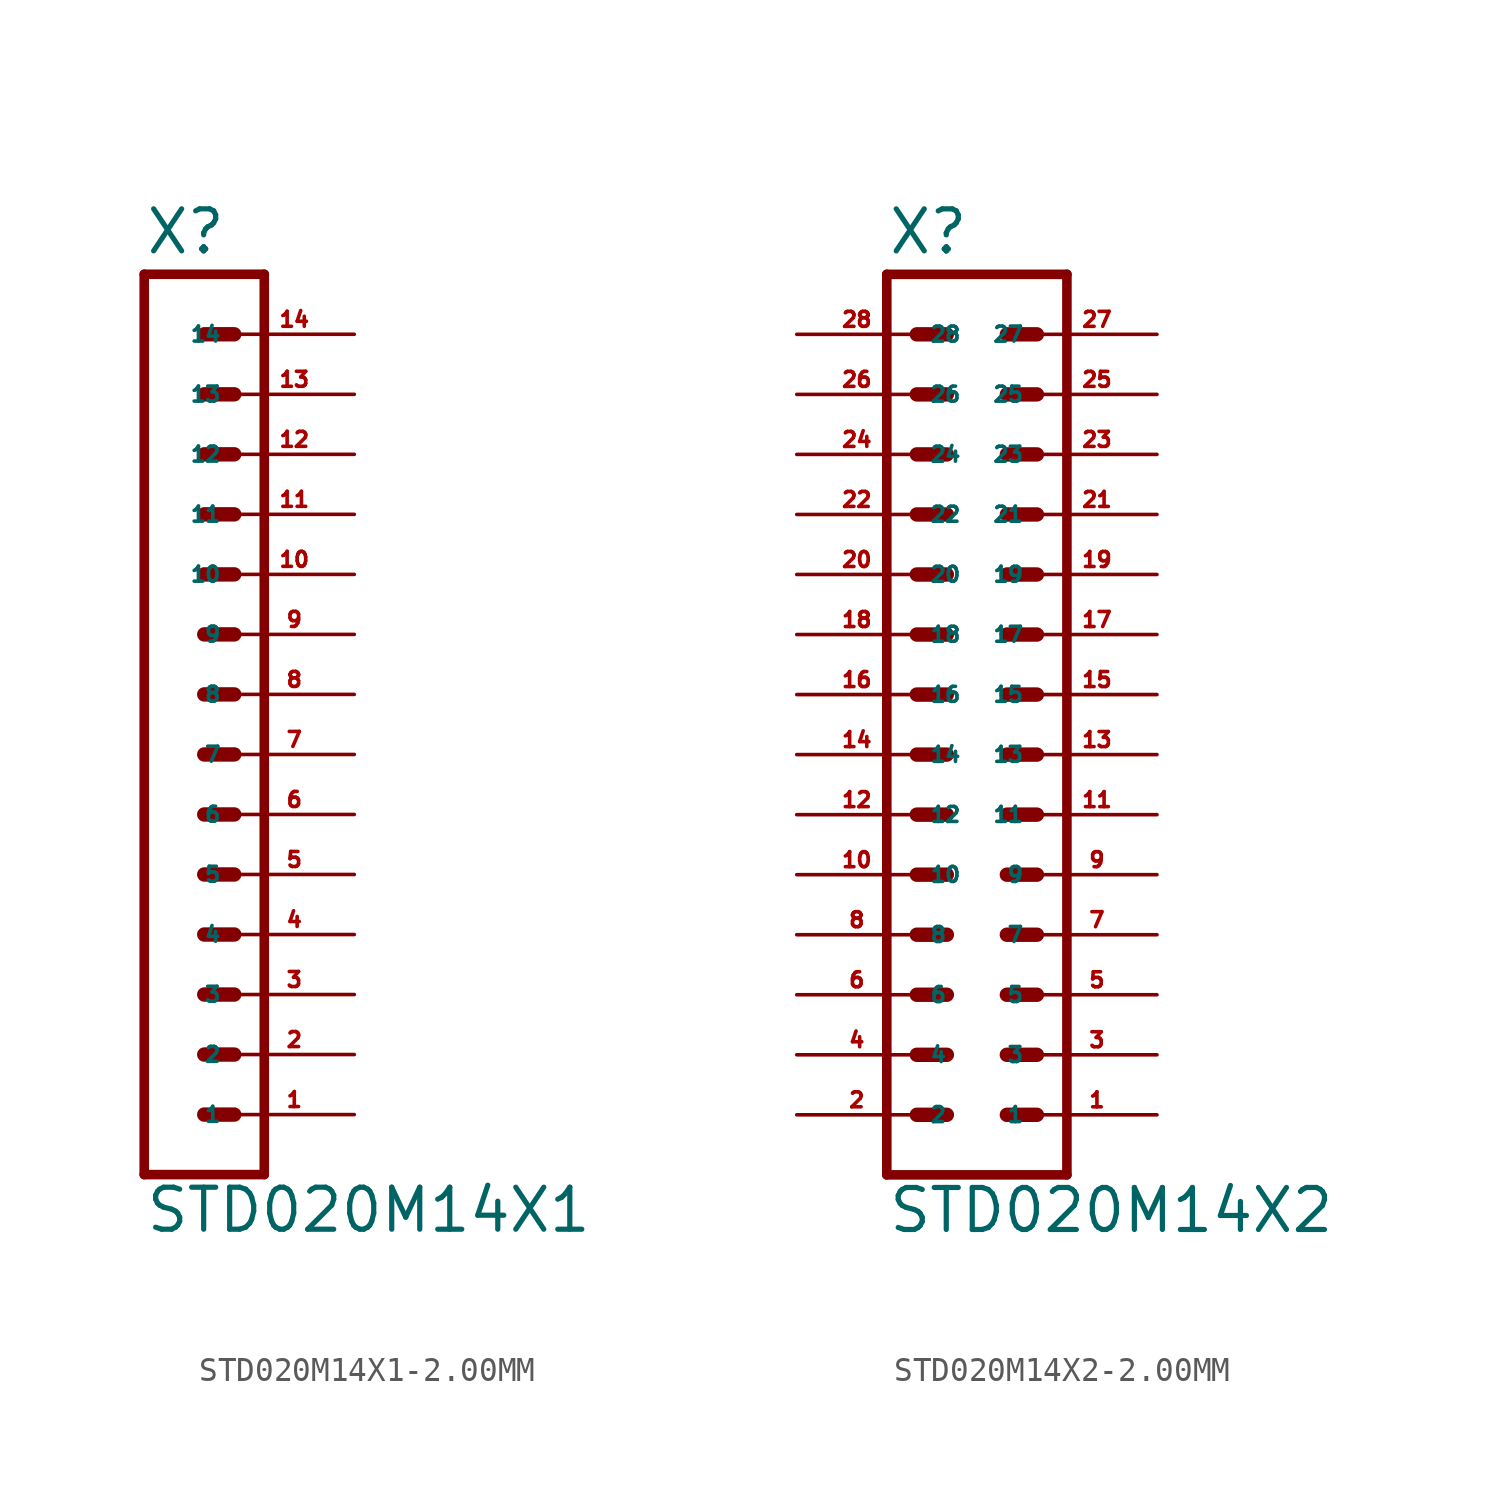
<source format=kicad_sym>
(kicad_symbol_lib
  (version 20220914)
  (generator Eagle2Kicad)
  (symbol "STD020M14X1-2.00MM"
    (property "Reference" "X"
      (at -1.27 23.622 0)
      (effects (font (size 1.778 1.778) (thickness 0.22)) (justify left bottom)))
    (property "Value" "STD020M14X1"
      (at -1.27 -17.78 0)
      (effects (font (size 1.778 1.778) (thickness 0.22)) (justify left bottom)))
    (polyline
      (pts (xy 3.81 -15.24) (xy -1.27 -15.24))
      (stroke (width 0.406) (type default))
      (fill (type none)))
    (polyline
      (pts (xy 1.27 -7.62) (xy 2.54 -7.62))
      (stroke (width 0.61) (type default))
      (fill (type none)))
    (polyline
      (pts (xy 1.27 -10.16) (xy 2.54 -10.16))
      (stroke (width 0.61) (type default))
      (fill (type none)))
    (polyline
      (pts (xy 1.27 -12.7) (xy 2.54 -12.7))
      (stroke (width 0.61) (type default))
      (fill (type none)))
    (polyline
      (pts (xy 1.27 -2.54) (xy 2.54 -2.54))
      (stroke (width 0.61) (type default))
      (fill (type none)))
    (polyline
      (pts (xy 1.27 -5.08) (xy 2.54 -5.08))
      (stroke (width 0.61) (type default))
      (fill (type none)))
    (polyline
      (pts (xy 1.27 5.08) (xy 2.54 5.08))
      (stroke (width 0.61) (type default))
      (fill (type none)))
    (polyline
      (pts (xy 1.27 2.54) (xy 2.54 2.54))
      (stroke (width 0.61) (type default))
      (fill (type none)))
    (polyline
      (pts (xy 1.27 0) (xy 2.54 0))
      (stroke (width 0.61) (type default))
      (fill (type none)))
    (polyline
      (pts (xy 1.27 10.16) (xy 2.54 10.16))
      (stroke (width 0.61) (type default))
      (fill (type none)))
    (polyline
      (pts (xy 1.27 7.62) (xy 2.54 7.62))
      (stroke (width 0.61) (type default))
      (fill (type none)))
    (polyline
      (pts (xy 1.27 15.24) (xy 2.54 15.24))
      (stroke (width 0.61) (type default))
      (fill (type none)))
    (polyline
      (pts (xy 1.27 12.7) (xy 2.54 12.7))
      (stroke (width 0.61) (type default))
      (fill (type none)))
    (polyline
      (pts (xy -1.27 22.86) (xy -1.27 -15.24))
      (stroke (width 0.406) (type default))
      (fill (type none)))
    (polyline
      (pts (xy 3.81 -15.24) (xy 3.81 22.86))
      (stroke (width 0.406) (type default))
      (fill (type none)))
    (polyline
      (pts (xy -1.27 22.86) (xy 3.81 22.86))
      (stroke (width 0.406) (type default))
      (fill (type none)))
    (polyline
      (pts (xy 1.27 17.78) (xy 2.54 17.78))
      (stroke (width 0.61) (type default))
      (fill (type none)))
    (polyline
      (pts (xy 1.27 20.32) (xy 2.54 20.32))
      (stroke (width 0.61) (type default))
      (fill (type none)))
    (pin passive line
      (at 7.62 -12.7 180)
      (length 5.08)
      (name "1" (effects (font (size 0.635 0.635) (thickness 0.08)) (justify left bottom)))
      (number "1" (effects (font (size 0.635 0.635) (thickness 0.08)) (justify left bottom))))
    (pin passive line
      (at 7.62 -10.16 180)
      (length 5.08)
      (name "2" (effects (font (size 0.635 0.635) (thickness 0.08)) (justify left bottom)))
      (number "2" (effects (font (size 0.635 0.635) (thickness 0.08)) (justify left bottom))))
    (pin passive line
      (at 7.62 -7.62 180)
      (length 5.08)
      (name "3" (effects (font (size 0.635 0.635) (thickness 0.08)) (justify left bottom)))
      (number "3" (effects (font (size 0.635 0.635) (thickness 0.08)) (justify left bottom))))
    (pin passive line
      (at 7.62 -5.08 180)
      (length 5.08)
      (name "4" (effects (font (size 0.635 0.635) (thickness 0.08)) (justify left bottom)))
      (number "4" (effects (font (size 0.635 0.635) (thickness 0.08)) (justify left bottom))))
    (pin passive line
      (at 7.62 -2.54 180)
      (length 5.08)
      (name "5" (effects (font (size 0.635 0.635) (thickness 0.08)) (justify left bottom)))
      (number "5" (effects (font (size 0.635 0.635) (thickness 0.08)) (justify left bottom))))
    (pin passive line
      (at 7.62 0 180)
      (length 5.08)
      (name "6" (effects (font (size 0.635 0.635) (thickness 0.08)) (justify left bottom)))
      (number "6" (effects (font (size 0.635 0.635) (thickness 0.08)) (justify left bottom))))
    (pin passive line
      (at 7.62 2.54 180)
      (length 5.08)
      (name "7" (effects (font (size 0.635 0.635) (thickness 0.08)) (justify left bottom)))
      (number "7" (effects (font (size 0.635 0.635) (thickness 0.08)) (justify left bottom))))
    (pin passive line
      (at 7.62 5.08 180)
      (length 5.08)
      (name "8" (effects (font (size 0.635 0.635) (thickness 0.08)) (justify left bottom)))
      (number "8" (effects (font (size 0.635 0.635) (thickness 0.08)) (justify left bottom))))
    (pin passive line
      (at 7.62 7.62 180)
      (length 5.08)
      (name "9" (effects (font (size 0.635 0.635) (thickness 0.08)) (justify left bottom)))
      (number "9" (effects (font (size 0.635 0.635) (thickness 0.08)) (justify left bottom))))
    (pin passive line
      (at 7.62 10.16 180)
      (length 5.08)
      (name "10" (effects (font (size 0.635 0.635) (thickness 0.08)) (justify left bottom)))
      (number "10" (effects (font (size 0.635 0.635) (thickness 0.08)) (justify left bottom))))
    (pin passive line
      (at 7.62 12.7 180)
      (length 5.08)
      (name "11" (effects (font (size 0.635 0.635) (thickness 0.08)) (justify left bottom)))
      (number "11" (effects (font (size 0.635 0.635) (thickness 0.08)) (justify left bottom))))
    (pin passive line
      (at 7.62 15.24 180)
      (length 5.08)
      (name "12" (effects (font (size 0.635 0.635) (thickness 0.08)) (justify left bottom)))
      (number "12" (effects (font (size 0.635 0.635) (thickness 0.08)) (justify left bottom))))
    (pin passive line
      (at 7.62 17.78 180)
      (length 5.08)
      (name "13" (effects (font (size 0.635 0.635) (thickness 0.08)) (justify left bottom)))
      (number "13" (effects (font (size 0.635 0.635) (thickness 0.08)) (justify left bottom))))
    (pin passive line
      (at 7.62 20.32 180)
      (length 5.08)
      (name "14" (effects (font (size 0.635 0.635) (thickness 0.08)) (justify left bottom)))
      (number "14" (effects (font (size 0.635 0.635) (thickness 0.08)) (justify left bottom)))))
  (symbol "STD020M14X2-2.00MM"
    (property "Reference" "X"
      (at -3.81 23.622 0)
      (effects (font (size 1.778 1.778) (thickness 0.22)) (justify left bottom)))
    (property "Value" "STD020M14X2"
      (at -3.81 -17.78 0)
      (effects (font (size 1.778 1.778) (thickness 0.22)) (justify left bottom)))
    (polyline
      (pts (xy 3.81 -15.24) (xy -3.81 -15.24))
      (stroke (width 0.406) (type default))
      (fill (type none)))
    (polyline
      (pts (xy 1.27 -7.62) (xy 2.54 -7.62))
      (stroke (width 0.61) (type default))
      (fill (type none)))
    (polyline
      (pts (xy 1.27 -10.16) (xy 2.54 -10.16))
      (stroke (width 0.61) (type default))
      (fill (type none)))
    (polyline
      (pts (xy 1.27 -12.7) (xy 2.54 -12.7))
      (stroke (width 0.61) (type default))
      (fill (type none)))
    (polyline
      (pts (xy -2.54 -7.62) (xy -1.27 -7.62))
      (stroke (width 0.61) (type default))
      (fill (type none)))
    (polyline
      (pts (xy -2.54 -10.16) (xy -1.27 -10.16))
      (stroke (width 0.61) (type default))
      (fill (type none)))
    (polyline
      (pts (xy -2.54 -12.7) (xy -1.27 -12.7))
      (stroke (width 0.61) (type default))
      (fill (type none)))
    (polyline
      (pts (xy 1.27 -2.54) (xy 2.54 -2.54))
      (stroke (width 0.61) (type default))
      (fill (type none)))
    (polyline
      (pts (xy 1.27 -5.08) (xy 2.54 -5.08))
      (stroke (width 0.61) (type default))
      (fill (type none)))
    (polyline
      (pts (xy -2.54 -2.54) (xy -1.27 -2.54))
      (stroke (width 0.61) (type default))
      (fill (type none)))
    (polyline
      (pts (xy -2.54 -5.08) (xy -1.27 -5.08))
      (stroke (width 0.61) (type default))
      (fill (type none)))
    (polyline
      (pts (xy 1.27 5.08) (xy 2.54 5.08))
      (stroke (width 0.61) (type default))
      (fill (type none)))
    (polyline
      (pts (xy 1.27 2.54) (xy 2.54 2.54))
      (stroke (width 0.61) (type default))
      (fill (type none)))
    (polyline
      (pts (xy 1.27 0) (xy 2.54 0))
      (stroke (width 0.61) (type default))
      (fill (type none)))
    (polyline
      (pts (xy -2.54 5.08) (xy -1.27 5.08))
      (stroke (width 0.61) (type default))
      (fill (type none)))
    (polyline
      (pts (xy -2.54 2.54) (xy -1.27 2.54))
      (stroke (width 0.61) (type default))
      (fill (type none)))
    (polyline
      (pts (xy -2.54 0) (xy -1.27 0))
      (stroke (width 0.61) (type default))
      (fill (type none)))
    (polyline
      (pts (xy 1.27 10.16) (xy 2.54 10.16))
      (stroke (width 0.61) (type default))
      (fill (type none)))
    (polyline
      (pts (xy 1.27 7.62) (xy 2.54 7.62))
      (stroke (width 0.61) (type default))
      (fill (type none)))
    (polyline
      (pts (xy -2.54 10.16) (xy -1.27 10.16))
      (stroke (width 0.61) (type default))
      (fill (type none)))
    (polyline
      (pts (xy -2.54 7.62) (xy -1.27 7.62))
      (stroke (width 0.61) (type default))
      (fill (type none)))
    (polyline
      (pts (xy 1.27 15.24) (xy 2.54 15.24))
      (stroke (width 0.61) (type default))
      (fill (type none)))
    (polyline
      (pts (xy 1.27 12.7) (xy 2.54 12.7))
      (stroke (width 0.61) (type default))
      (fill (type none)))
    (polyline
      (pts (xy -2.54 15.24) (xy -1.27 15.24))
      (stroke (width 0.61) (type default))
      (fill (type none)))
    (polyline
      (pts (xy -2.54 12.7) (xy -1.27 12.7))
      (stroke (width 0.61) (type default))
      (fill (type none)))
    (polyline
      (pts (xy -3.81 22.86) (xy -3.81 -15.24))
      (stroke (width 0.406) (type default))
      (fill (type none)))
    (polyline
      (pts (xy 3.81 -15.24) (xy 3.81 22.86))
      (stroke (width 0.406) (type default))
      (fill (type none)))
    (polyline
      (pts (xy -3.81 22.86) (xy 3.81 22.86))
      (stroke (width 0.406) (type default))
      (fill (type none)))
    (polyline
      (pts (xy 1.27 17.78) (xy 2.54 17.78))
      (stroke (width 0.61) (type default))
      (fill (type none)))
    (polyline
      (pts (xy 1.27 20.32) (xy 2.54 20.32))
      (stroke (width 0.61) (type default))
      (fill (type none)))
    (polyline
      (pts (xy -2.54 17.78) (xy -1.27 17.78))
      (stroke (width 0.61) (type default))
      (fill (type none)))
    (polyline
      (pts (xy -2.54 20.32) (xy -1.27 20.32))
      (stroke (width 0.61) (type default))
      (fill (type none)))
    (pin passive line
      (at 7.62 -12.7 180)
      (length 5.08)
      (name "1" (effects (font (size 0.635 0.635) (thickness 0.08)) (justify left bottom)))
      (number "1" (effects (font (size 0.635 0.635) (thickness 0.08)) (justify left bottom))))
    (pin passive line
      (at 7.62 -10.16 180)
      (length 5.08)
      (name "3" (effects (font (size 0.635 0.635) (thickness 0.08)) (justify left bottom)))
      (number "3" (effects (font (size 0.635 0.635) (thickness 0.08)) (justify left bottom))))
    (pin passive line
      (at 7.62 -7.62 180)
      (length 5.08)
      (name "5" (effects (font (size 0.635 0.635) (thickness 0.08)) (justify left bottom)))
      (number "5" (effects (font (size 0.635 0.635) (thickness 0.08)) (justify left bottom))))
    (pin passive line
      (at -7.62 -12.7 0)
      (length 5.08)
      (name "2" (effects (font (size 0.635 0.635) (thickness 0.08)) (justify left bottom)))
      (number "2" (effects (font (size 0.635 0.635) (thickness 0.08)) (justify left bottom))))
    (pin passive line
      (at -7.62 -10.16 0)
      (length 5.08)
      (name "4" (effects (font (size 0.635 0.635) (thickness 0.08)) (justify left bottom)))
      (number "4" (effects (font (size 0.635 0.635) (thickness 0.08)) (justify left bottom))))
    (pin passive line
      (at -7.62 -7.62 0)
      (length 5.08)
      (name "6" (effects (font (size 0.635 0.635) (thickness 0.08)) (justify left bottom)))
      (number "6" (effects (font (size 0.635 0.635) (thickness 0.08)) (justify left bottom))))
    (pin passive line
      (at 7.62 -5.08 180)
      (length 5.08)
      (name "7" (effects (font (size 0.635 0.635) (thickness 0.08)) (justify left bottom)))
      (number "7" (effects (font (size 0.635 0.635) (thickness 0.08)) (justify left bottom))))
    (pin passive line
      (at 7.62 -2.54 180)
      (length 5.08)
      (name "9" (effects (font (size 0.635 0.635) (thickness 0.08)) (justify left bottom)))
      (number "9" (effects (font (size 0.635 0.635) (thickness 0.08)) (justify left bottom))))
    (pin passive line
      (at -7.62 -5.08 0)
      (length 5.08)
      (name "8" (effects (font (size 0.635 0.635) (thickness 0.08)) (justify left bottom)))
      (number "8" (effects (font (size 0.635 0.635) (thickness 0.08)) (justify left bottom))))
    (pin passive line
      (at -7.62 -2.54 0)
      (length 5.08)
      (name "10" (effects (font (size 0.635 0.635) (thickness 0.08)) (justify left bottom)))
      (number "10" (effects (font (size 0.635 0.635) (thickness 0.08)) (justify left bottom))))
    (pin passive line
      (at 7.62 0 180)
      (length 5.08)
      (name "11" (effects (font (size 0.635 0.635) (thickness 0.08)) (justify left bottom)))
      (number "11" (effects (font (size 0.635 0.635) (thickness 0.08)) (justify left bottom))))
    (pin passive line
      (at 7.62 2.54 180)
      (length 5.08)
      (name "13" (effects (font (size 0.635 0.635) (thickness 0.08)) (justify left bottom)))
      (number "13" (effects (font (size 0.635 0.635) (thickness 0.08)) (justify left bottom))))
    (pin passive line
      (at 7.62 5.08 180)
      (length 5.08)
      (name "15" (effects (font (size 0.635 0.635) (thickness 0.08)) (justify left bottom)))
      (number "15" (effects (font (size 0.635 0.635) (thickness 0.08)) (justify left bottom))))
    (pin passive line
      (at -7.62 0 0)
      (length 5.08)
      (name "12" (effects (font (size 0.635 0.635) (thickness 0.08)) (justify left bottom)))
      (number "12" (effects (font (size 0.635 0.635) (thickness 0.08)) (justify left bottom))))
    (pin passive line
      (at -7.62 2.54 0)
      (length 5.08)
      (name "14" (effects (font (size 0.635 0.635) (thickness 0.08)) (justify left bottom)))
      (number "14" (effects (font (size 0.635 0.635) (thickness 0.08)) (justify left bottom))))
    (pin passive line
      (at -7.62 5.08 0)
      (length 5.08)
      (name "16" (effects (font (size 0.635 0.635) (thickness 0.08)) (justify left bottom)))
      (number "16" (effects (font (size 0.635 0.635) (thickness 0.08)) (justify left bottom))))
    (pin passive line
      (at 7.62 7.62 180)
      (length 5.08)
      (name "17" (effects (font (size 0.635 0.635) (thickness 0.08)) (justify left bottom)))
      (number "17" (effects (font (size 0.635 0.635) (thickness 0.08)) (justify left bottom))))
    (pin passive line
      (at 7.62 10.16 180)
      (length 5.08)
      (name "19" (effects (font (size 0.635 0.635) (thickness 0.08)) (justify left bottom)))
      (number "19" (effects (font (size 0.635 0.635) (thickness 0.08)) (justify left bottom))))
    (pin passive line
      (at -7.62 7.62 0)
      (length 5.08)
      (name "18" (effects (font (size 0.635 0.635) (thickness 0.08)) (justify left bottom)))
      (number "18" (effects (font (size 0.635 0.635) (thickness 0.08)) (justify left bottom))))
    (pin passive line
      (at -7.62 10.16 0)
      (length 5.08)
      (name "20" (effects (font (size 0.635 0.635) (thickness 0.08)) (justify left bottom)))
      (number "20" (effects (font (size 0.635 0.635) (thickness 0.08)) (justify left bottom))))
    (pin passive line
      (at 7.62 12.7 180)
      (length 5.08)
      (name "21" (effects (font (size 0.635 0.635) (thickness 0.08)) (justify left bottom)))
      (number "21" (effects (font (size 0.635 0.635) (thickness 0.08)) (justify left bottom))))
    (pin passive line
      (at 7.62 15.24 180)
      (length 5.08)
      (name "23" (effects (font (size 0.635 0.635) (thickness 0.08)) (justify left bottom)))
      (number "23" (effects (font (size 0.635 0.635) (thickness 0.08)) (justify left bottom))))
    (pin passive line
      (at -7.62 12.7 0)
      (length 5.08)
      (name "22" (effects (font (size 0.635 0.635) (thickness 0.08)) (justify left bottom)))
      (number "22" (effects (font (size 0.635 0.635) (thickness 0.08)) (justify left bottom))))
    (pin passive line
      (at -7.62 15.24 0)
      (length 5.08)
      (name "24" (effects (font (size 0.635 0.635) (thickness 0.08)) (justify left bottom)))
      (number "24" (effects (font (size 0.635 0.635) (thickness 0.08)) (justify left bottom))))
    (pin passive line
      (at 7.62 17.78 180)
      (length 5.08)
      (name "25" (effects (font (size 0.635 0.635) (thickness 0.08)) (justify left bottom)))
      (number "25" (effects (font (size 0.635 0.635) (thickness 0.08)) (justify left bottom))))
    (pin passive line
      (at -7.62 17.78 0)
      (length 5.08)
      (name "26" (effects (font (size 0.635 0.635) (thickness 0.08)) (justify left bottom)))
      (number "26" (effects (font (size 0.635 0.635) (thickness 0.08)) (justify left bottom))))
    (pin passive line
      (at 7.62 20.32 180)
      (length 5.08)
      (name "27" (effects (font (size 0.635 0.635) (thickness 0.08)) (justify left bottom)))
      (number "27" (effects (font (size 0.635 0.635) (thickness 0.08)) (justify left bottom))))
    (pin passive line
      (at -7.62 20.32 0)
      (length 5.08)
      (name "28" (effects (font (size 0.635 0.635) (thickness 0.08)) (justify left bottom)))
      (number "28" (effects (font (size 0.635 0.635) (thickness 0.08)) (justify left bottom))))))
</source>
